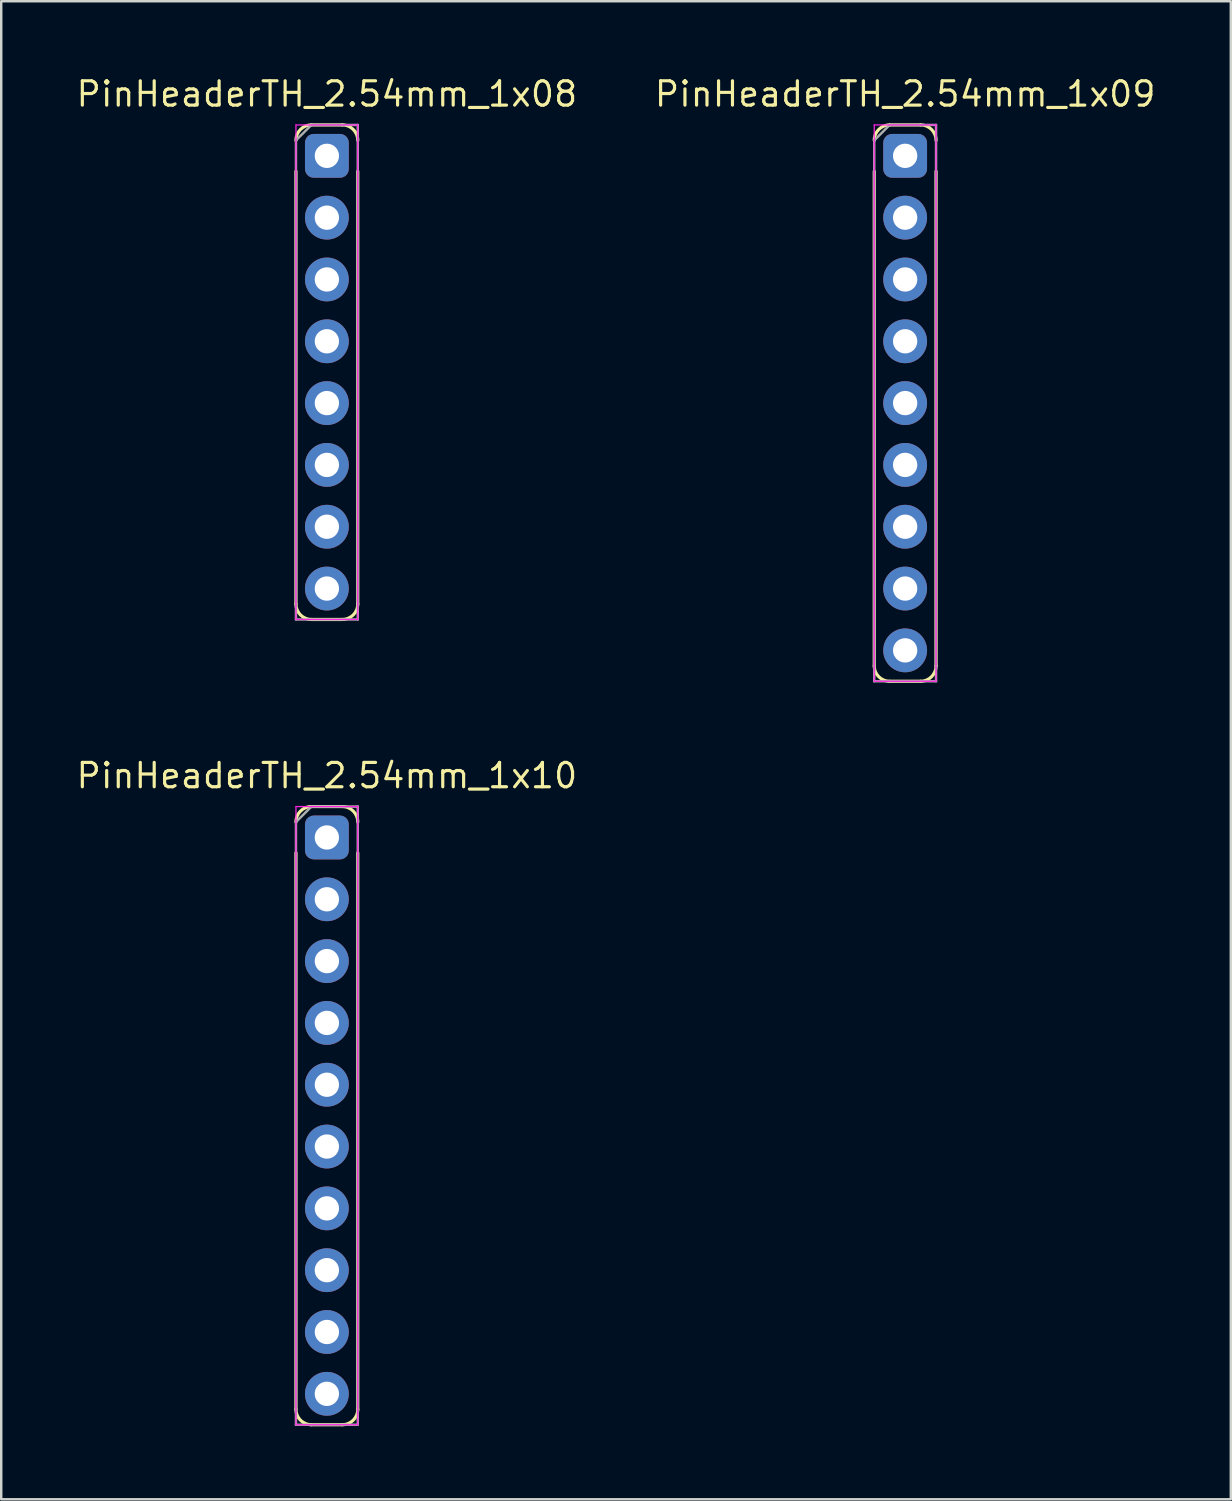
<source format=kicad_pcb>
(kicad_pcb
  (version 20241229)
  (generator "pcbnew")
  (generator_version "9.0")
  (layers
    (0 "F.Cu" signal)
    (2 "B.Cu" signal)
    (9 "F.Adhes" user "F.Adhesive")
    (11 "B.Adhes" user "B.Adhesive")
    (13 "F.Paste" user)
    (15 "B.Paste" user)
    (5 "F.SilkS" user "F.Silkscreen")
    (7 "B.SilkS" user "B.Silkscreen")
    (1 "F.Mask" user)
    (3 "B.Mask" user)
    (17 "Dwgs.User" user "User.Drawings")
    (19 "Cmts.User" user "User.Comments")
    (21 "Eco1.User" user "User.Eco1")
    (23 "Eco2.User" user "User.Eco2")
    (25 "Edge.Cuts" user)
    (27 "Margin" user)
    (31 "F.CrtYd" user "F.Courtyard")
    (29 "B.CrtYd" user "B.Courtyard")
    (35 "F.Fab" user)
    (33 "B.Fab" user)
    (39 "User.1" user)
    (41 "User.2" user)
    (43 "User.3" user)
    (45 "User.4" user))
  (footprint "PinHeaderTH_2.54mm_1x08"
    (layer "F.Cu")
    (at 10.381 3.353)
    (property "Reference" "PinHeaderTH_2.54mm_1x08" (at 0 -2.54 0) (layer "F.SilkS") (effects (font (size 1 1) (thickness 0.13))))
    (attr through_hole)
    (fp_line (start -1.27 0.635) (end -1.27 18.415) (stroke (width 0.13) (type solid)) (layer "F.SilkS"))
    (fp_line (start -0.635 -1.27) (end 0.635 -1.27) (stroke (width 0.13) (type solid)) (layer "F.SilkS"))
    (fp_line (start -0.635 19.05) (end 0.635 19.05) (stroke (width 0.13) (type solid)) (layer "F.SilkS"))
    (fp_line (start 1.27 0.635) (end 1.27 18.415) (stroke (width 0.13) (type solid)) (layer "F.SilkS"))
    (fp_arc (start -1.27 -0.635) (mid -1.084013 -1.084013) (end -0.635 -1.27) (stroke (width 0.13) (type solid)) (layer "F.SilkS"))
    (fp_arc (start -0.635 19.05) (mid -1.084013 18.864013) (end -1.27 18.415) (stroke (width 0.13) (type solid)) (layer "F.SilkS"))
    (fp_arc (start 0.635 -1.27) (mid 1.084013 -1.084013) (end 1.27 -0.635) (stroke (width 0.13) (type solid)) (layer "F.SilkS"))
    (fp_arc (start 1.27 18.415) (mid 1.084013 18.864013) (end 0.635 19.05) (stroke (width 0.13) (type solid)) (layer "F.SilkS"))
    (fp_line (start -1.27 -1.27) (end -1.27 19.05) (stroke (width 0.05) (type solid)) (layer "F.CrtYd"))
    (fp_line (start -1.27 -1.27) (end 1.27 -1.27) (stroke (width 0.05) (type solid)) (layer "F.CrtYd"))
    (fp_line (start -1.27 19.05) (end 1.27 19.05) (stroke (width 0.05) (type solid)) (layer "F.CrtYd"))
    (fp_line (start 1.27 19.05) (end 1.27 -1.27) (stroke (width 0.05) (type solid)) (layer "F.CrtYd"))
    (fp_line (start -1.27 -0.635) (end -0.635 -1.27) (stroke (width 0.1) (type solid)) (layer "F.Fab"))
    (fp_line (start -1.27 19.05) (end -1.27 -0.635) (stroke (width 0.1) (type solid)) (layer "F.Fab"))
    (fp_line (start -0.635 -1.27) (end 1.27 -1.27) (stroke (width 0.1) (type solid)) (layer "F.Fab"))
    (fp_line (start 1.27 -1.27) (end 1.27 19.05) (stroke (width 0.1) (type solid)) (layer "F.Fab"))
    (fp_line (start 1.27 19.05) (end -1.27 19.05) (stroke (width 0.1) (type solid)) (layer "F.Fab"))
    (pad "1" thru_hole roundrect (at 0 0) (size 1.8 1.8) (drill 1) (layers "*.Cu" "*.Mask") (roundrect_rratio 0.2))
    (pad "2" thru_hole oval (at 0 2.54) (size 1.8 1.8) (drill 1) (layers "*.Cu" "*.Mask"))
    (pad "3" thru_hole oval (at 0 5.08) (size 1.8 1.8) (drill 1) (layers "*.Cu" "*.Mask"))
    (pad "4" thru_hole oval (at 0 7.62) (size 1.8 1.8) (drill 1) (layers "*.Cu" "*.Mask"))
    (pad "5" thru_hole oval (at 0 10.16) (size 1.8 1.8) (drill 1) (layers "*.Cu" "*.Mask"))
    (pad "6" thru_hole oval (at 0 12.7) (size 1.8 1.8) (drill 1) (layers "*.Cu" "*.Mask"))
    (pad "7" thru_hole oval (at 0 15.24) (size 1.8 1.8) (drill 1) (layers "*.Cu" "*.Mask"))
    (pad "8" thru_hole oval (at 0 17.78) (size 1.8 1.8) (drill 1) (layers "*.Cu" "*.Mask")))
  (footprint "PinHeaderTH_2.54mm_1x09"
    (layer "F.Cu")
    (at 34.142 3.353)
    (property "Reference" "PinHeaderTH_2.54mm_1x09" (at 0 -2.54 0) (layer "F.SilkS") (effects (font (size 1 1) (thickness 0.13))))
    (attr through_hole)
    (fp_line (start -1.27 0.635) (end -1.27 20.955) (stroke (width 0.13) (type solid)) (layer "F.SilkS"))
    (fp_line (start -0.635 -1.27) (end 0.635 -1.27) (stroke (width 0.13) (type solid)) (layer "F.SilkS"))
    (fp_line (start -0.635 21.59) (end 0.635 21.59) (stroke (width 0.13) (type solid)) (layer "F.SilkS"))
    (fp_line (start 1.27 0.635) (end 1.27 20.955) (stroke (width 0.13) (type solid)) (layer "F.SilkS"))
    (fp_arc (start -1.27 -0.635) (mid -1.084013 -1.084013) (end -0.635 -1.27) (stroke (width 0.13) (type solid)) (layer "F.SilkS"))
    (fp_arc (start -0.635 21.59) (mid -1.084013 21.404013) (end -1.27 20.955) (stroke (width 0.13) (type solid)) (layer "F.SilkS"))
    (fp_arc (start 0.635 -1.27) (mid 1.084013 -1.084013) (end 1.27 -0.635) (stroke (width 0.13) (type solid)) (layer "F.SilkS"))
    (fp_arc (start 1.27 20.955) (mid 1.084013 21.404013) (end 0.635 21.59) (stroke (width 0.13) (type solid)) (layer "F.SilkS"))
    (fp_line (start -1.27 -1.27) (end -1.27 21.59) (stroke (width 0.05) (type solid)) (layer "F.CrtYd"))
    (fp_line (start -1.27 -1.27) (end 1.27 -1.27) (stroke (width 0.05) (type solid)) (layer "F.CrtYd"))
    (fp_line (start -1.27 21.59) (end 1.27 21.59) (stroke (width 0.05) (type solid)) (layer "F.CrtYd"))
    (fp_line (start 1.27 21.59) (end 1.27 -1.27) (stroke (width 0.05) (type solid)) (layer "F.CrtYd"))
    (fp_line (start -1.27 -0.635) (end -0.635 -1.27) (stroke (width 0.1) (type solid)) (layer "F.Fab"))
    (fp_line (start -1.27 21.59) (end -1.27 -0.635) (stroke (width 0.1) (type solid)) (layer "F.Fab"))
    (fp_line (start -0.635 -1.27) (end 1.27 -1.27) (stroke (width 0.1) (type solid)) (layer "F.Fab"))
    (fp_line (start 1.27 -1.27) (end 1.27 21.59) (stroke (width 0.1) (type solid)) (layer "F.Fab"))
    (fp_line (start 1.27 21.59) (end -1.27 21.59) (stroke (width 0.1) (type solid)) (layer "F.Fab"))
    (pad "1" thru_hole roundrect (at 0 0) (size 1.8 1.8) (drill 1) (layers "*.Cu" "*.Mask") (roundrect_rratio 0.2))
    (pad "2" thru_hole oval (at 0 2.54) (size 1.8 1.8) (drill 1) (layers "*.Cu" "*.Mask"))
    (pad "3" thru_hole oval (at 0 5.08) (size 1.8 1.8) (drill 1) (layers "*.Cu" "*.Mask"))
    (pad "4" thru_hole oval (at 0 7.62) (size 1.8 1.8) (drill 1) (layers "*.Cu" "*.Mask"))
    (pad "5" thru_hole oval (at 0 10.16) (size 1.8 1.8) (drill 1) (layers "*.Cu" "*.Mask"))
    (pad "6" thru_hole oval (at 0 12.7) (size 1.8 1.8) (drill 1) (layers "*.Cu" "*.Mask"))
    (pad "7" thru_hole oval (at 0 15.24) (size 1.8 1.8) (drill 1) (layers "*.Cu" "*.Mask"))
    (pad "8" thru_hole oval (at 0 17.78) (size 1.8 1.8) (drill 1) (layers "*.Cu" "*.Mask"))
    (pad "9" thru_hole oval (at 0 20.32) (size 1.8 1.8) (drill 1) (layers "*.Cu" "*.Mask")))
  (footprint "PinHeaderTH_2.54mm_1x10"
    (layer "F.Cu")
    (at 10.381 31.361)
    (property "Reference" "PinHeaderTH_2.54mm_1x10" (at 0 -2.54 0) (layer "F.SilkS") (effects (font (size 1 1) (thickness 0.13))))
    (attr through_hole)
    (fp_line (start -1.27 0.635) (end -1.27 23.495) (stroke (width 0.13) (type solid)) (layer "F.SilkS"))
    (fp_line (start -0.635 -1.27) (end 0.635 -1.27) (stroke (width 0.13) (type solid)) (layer "F.SilkS"))
    (fp_line (start -0.635 24.13) (end 0.635 24.13) (stroke (width 0.13) (type solid)) (layer "F.SilkS"))
    (fp_line (start 1.27 0.635) (end 1.27 23.495) (stroke (width 0.13) (type solid)) (layer "F.SilkS"))
    (fp_arc (start -1.27 -0.635) (mid -1.084013 -1.084013) (end -0.635 -1.27) (stroke (width 0.13) (type solid)) (layer "F.SilkS"))
    (fp_arc (start -0.635 24.13) (mid -1.084013 23.944013) (end -1.27 23.495) (stroke (width 0.13) (type solid)) (layer "F.SilkS"))
    (fp_arc (start 0.635 -1.27) (mid 1.084013 -1.084013) (end 1.27 -0.635) (stroke (width 0.13) (type solid)) (layer "F.SilkS"))
    (fp_arc (start 1.27 23.495) (mid 1.084013 23.944013) (end 0.635 24.13) (stroke (width 0.13) (type solid)) (layer "F.SilkS"))
    (fp_line (start -1.27 -1.27) (end -1.27 24.13) (stroke (width 0.05) (type solid)) (layer "F.CrtYd"))
    (fp_line (start -1.27 -1.27) (end 1.27 -1.27) (stroke (width 0.05) (type solid)) (layer "F.CrtYd"))
    (fp_line (start -1.27 24.13) (end 1.27 24.13) (stroke (width 0.05) (type solid)) (layer "F.CrtYd"))
    (fp_line (start 1.27 24.13) (end 1.27 -1.27) (stroke (width 0.05) (type solid)) (layer "F.CrtYd"))
    (fp_line (start -1.27 -0.635) (end -0.635 -1.27) (stroke (width 0.1) (type solid)) (layer "F.Fab"))
    (fp_line (start -1.27 24.13) (end -1.27 -0.635) (stroke (width 0.1) (type solid)) (layer "F.Fab"))
    (fp_line (start -0.635 -1.27) (end 1.27 -1.27) (stroke (width 0.1) (type solid)) (layer "F.Fab"))
    (fp_line (start 1.27 -1.27) (end 1.27 24.13) (stroke (width 0.1) (type solid)) (layer "F.Fab"))
    (fp_line (start 1.27 24.13) (end -1.27 24.13) (stroke (width 0.1) (type solid)) (layer "F.Fab"))
    (pad "1" thru_hole roundrect (at 0 0) (size 1.8 1.8) (drill 1) (layers "*.Cu" "*.Mask") (roundrect_rratio 0.2))
    (pad "2" thru_hole oval (at 0 2.54) (size 1.8 1.8) (drill 1) (layers "*.Cu" "*.Mask"))
    (pad "3" thru_hole oval (at 0 5.08) (size 1.8 1.8) (drill 1) (layers "*.Cu" "*.Mask"))
    (pad "4" thru_hole oval (at 0 7.62) (size 1.8 1.8) (drill 1) (layers "*.Cu" "*.Mask"))
    (pad "5" thru_hole oval (at 0 10.16) (size 1.8 1.8) (drill 1) (layers "*.Cu" "*.Mask"))
    (pad "6" thru_hole oval (at 0 12.7) (size 1.8 1.8) (drill 1) (layers "*.Cu" "*.Mask"))
    (pad "7" thru_hole oval (at 0 15.24) (size 1.8 1.8) (drill 1) (layers "*.Cu" "*.Mask"))
    (pad "8" thru_hole oval (at 0 17.78) (size 1.8 1.8) (drill 1) (layers "*.Cu" "*.Mask"))
    (pad "9" thru_hole oval (at 0 20.32) (size 1.8 1.8) (drill 1) (layers "*.Cu" "*.Mask"))
    (pad "10" thru_hole oval (at 0 22.86) (size 1.8 1.8) (drill 1) (layers "*.Cu" "*.Mask")))
  (gr_rect
    (start -3 -3)
    (end 47.523 58.556)
    (stroke (width 0.1) (type default))
    (fill no)
    (layer "Edge.Cuts")))
</source>
